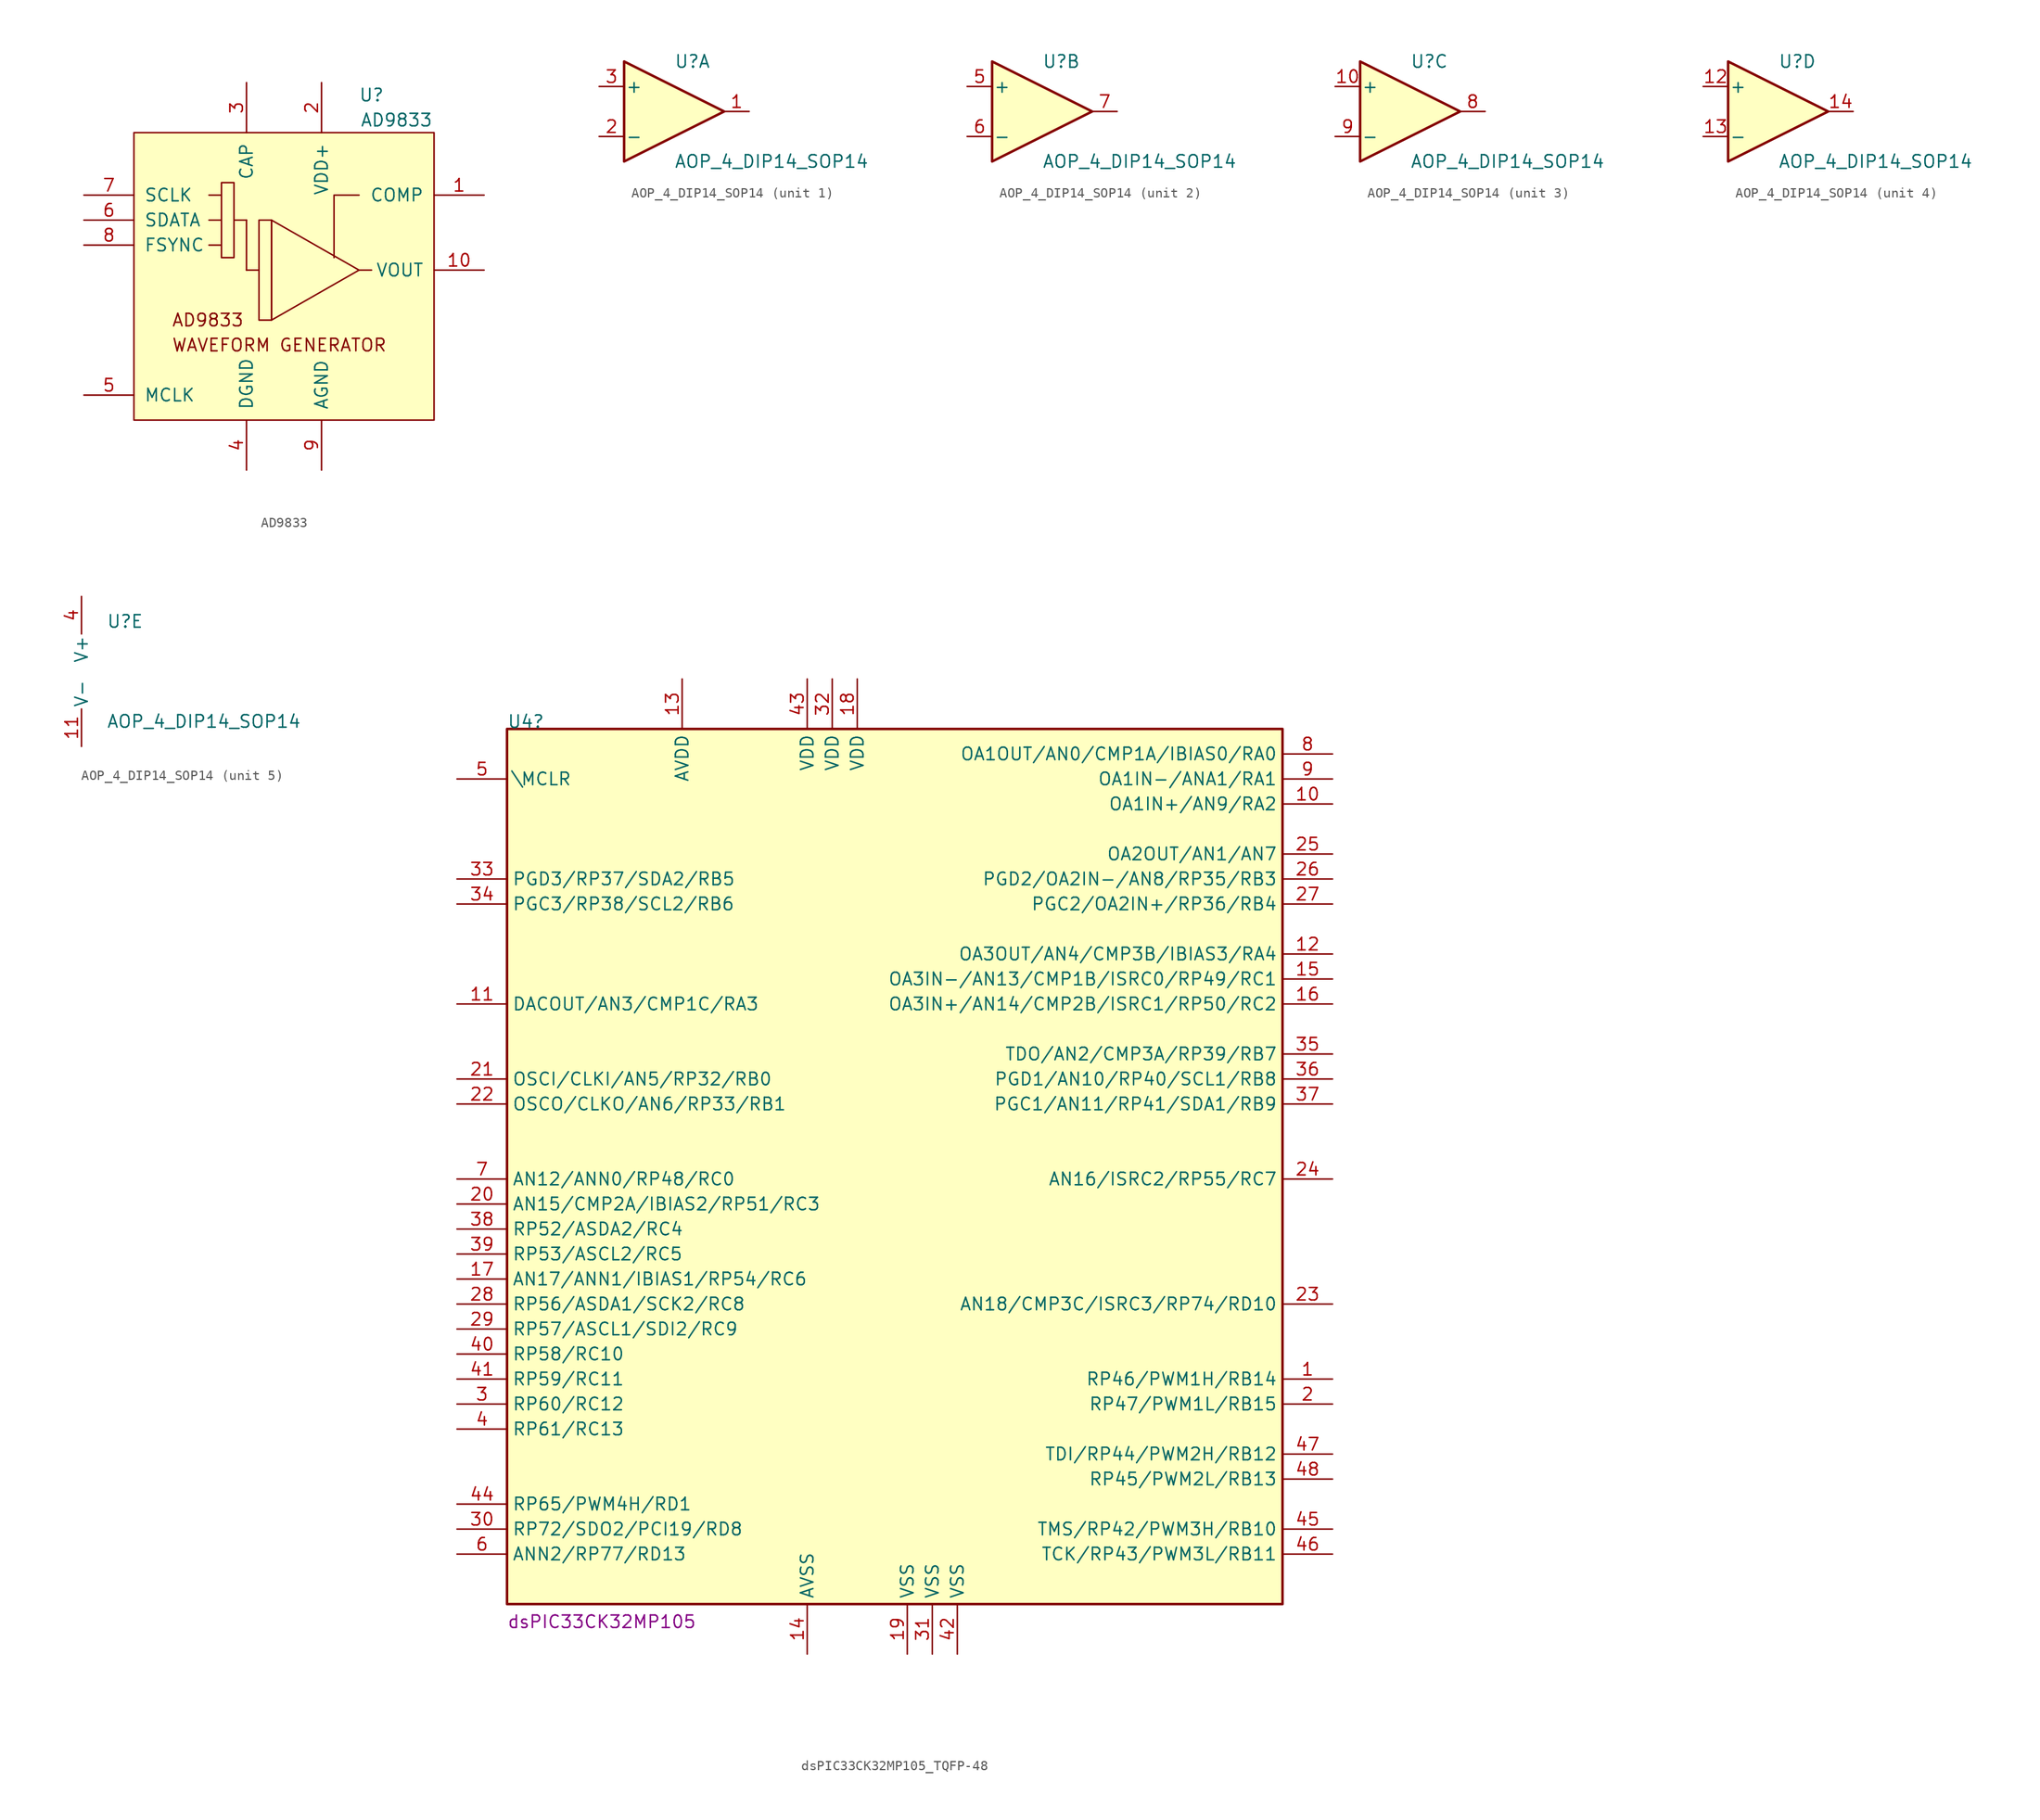
<source format=kicad_sym>
(kicad_symbol_lib
  (version 20241209)
  (generator "kicad_symbol_editor")
  (generator_version "9.0")
  (symbol "AD9833"
    (pin_names
      (offset 1.016))
    (property "Reference" "U"
      (at 8.89 17.78 0)
      (effects (font (size 1.27 1.27))))
    (property "Value" "AD9833"
      (at 11.43 15.24 0)
      (effects (font (size 1.27 1.27))))
    (symbol "AD9833_0_0"
      (text "AD9833" (at -11.43 -5.08 0) (effects (font (size 1.27 1.27)) (justify left)))
      (text "WAVEFORM GENERATOR" (at -11.43 -7.62 0) (effects (font (size 1.27 1.27)) (justify left))))
    (symbol "AD9833_0_1"
      (rectangle (start -15.24 13.97) (end 15.24 -15.24) (stroke (width 0) (type solid)) (fill (type background)))
      (rectangle (start -6.35 8.89) (end -5.08 1.27) (stroke (width 0) (type solid)) (fill (type none)))
      (polyline (pts (xy -6.35 7.62) (xy -7.62 7.62)) (stroke (width 0) (type solid)) (fill (type none)))
      (polyline (pts (xy -6.35 5.08) (xy -7.62 5.08)) (stroke (width 0) (type solid)) (fill (type none)))
      (polyline (pts (xy -6.35 2.54) (xy -7.62 2.54)) (stroke (width 0) (type solid)) (fill (type none)))
      (polyline (pts (xy -5.08 5.08) (xy -3.81 5.08)) (stroke (width 0) (type solid)) (fill (type none)))
      (polyline (pts (xy -3.81 5.08) (xy -3.81 0)) (stroke (width 0) (type solid)) (fill (type none)))
      (polyline (pts (xy -3.81 0) (xy -2.54 0)) (stroke (width 0) (type solid)) (fill (type none)))
      (rectangle (start -1.27 5.08) (end -2.54 -5.08) (stroke (width 0) (type solid)) (fill (type none)))
      (polyline (pts (xy 7.62 7.62) (xy 5.08 7.62) (xy 5.08 1.27)) (stroke (width 0) (type solid)) (fill (type none)))
      (polyline (pts (xy 7.62 0) (xy 8.89 0)) (stroke (width 0) (type solid)) (fill (type none)))
      (polyline (pts (xy 7.62 0) (xy -1.27 5.08) (xy -1.27 -5.08) (xy 7.62 0)) (stroke (width 0) (type solid)) (fill (type none))))
    (symbol "AD9833_1_1"
      (pin input line (at -20.32 7.62 0) (length 5.08) (name "SCLK" (effects (font (size 1.27 1.27)))) (number "7" (effects (font (size 1.27 1.27)))))
      (pin input line (at -20.32 5.08 0) (length 5.08) (name "SDATA" (effects (font (size 1.27 1.27)))) (number "6" (effects (font (size 1.27 1.27)))))
      (pin input line (at -20.32 2.54 0) (length 5.08) (name "FSYNC" (effects (font (size 1.27 1.27)))) (number "8" (effects (font (size 1.27 1.27)))))
      (pin input line (at -20.32 -12.7 0) (length 5.08) (name "MCLK" (effects (font (size 1.27 1.27)))) (number "5" (effects (font (size 1.27 1.27)))))
      (pin bidirectional line (at -3.81 19.05 270) (length 5.08) (name "CAP" (effects (font (size 1.27 1.27)))) (number "3" (effects (font (size 1.27 1.27)))))
      (pin power_in line (at -3.81 -20.32 90) (length 5.08) (name "DGND" (effects (font (size 1.27 1.27)))) (number "4" (effects (font (size 1.27 1.27)))))
      (pin power_in line (at 3.81 19.05 270) (length 5.08) (name "VDD+" (effects (font (size 1.27 1.27)))) (number "2" (effects (font (size 1.27 1.27)))))
      (pin power_in line (at 3.81 -20.32 90) (length 5.08) (name "AGND" (effects (font (size 1.27 1.27)))) (number "9" (effects (font (size 1.27 1.27)))))
      (pin bidirectional line (at 20.32 7.62 180) (length 5.08) (name "COMP" (effects (font (size 1.27 1.27)))) (number "1" (effects (font (size 1.27 1.27)))))
      (pin output line (at 20.32 0 180) (length 5.08) (name "VOUT" (effects (font (size 1.27 1.27)))) (number "10" (effects (font (size 1.27 1.27)))))))
  (symbol "AOP_4_DIP14_SOP14"
    (pin_names
      (offset 0.127))
    (property "Reference" "U"
      (at 0 5.08 0)
      (effects (font (size 1.27 1.27)) (justify left)))
    (property "Value" "AOP_4_DIP14_SOP14"
      (at 0 -5.08 0)
      (effects (font (size 1.27 1.27)) (justify left)))
    (property "ki_locked" ""
      (at 0 0 0)
      (effects (font (size 1.27 1.27))))
    (symbol "AOP_4_DIP14_SOP14_1_1"
      (polyline (pts (xy -5.08 5.08) (xy 5.08 0) (xy -5.08 -5.08) (xy -5.08 5.08)) (stroke (width 0.254) (type default)) (fill (type background)))
      (pin input line (at -7.62 2.54 0) (length 2.54) (name "+" (effects (font (size 1.27 1.27)))) (number "3" (effects (font (size 1.27 1.27)))))
      (pin input line (at -7.62 -2.54 0) (length 2.54) (name "-" (effects (font (size 1.27 1.27)))) (number "2" (effects (font (size 1.27 1.27)))))
      (pin output line (at 7.62 0 180) (length 2.54) (name "~" (effects (font (size 1.27 1.27)))) (number "1" (effects (font (size 1.27 1.27))))))
    (symbol "AOP_4_DIP14_SOP14_2_1"
      (polyline (pts (xy -5.08 5.08) (xy 5.08 0) (xy -5.08 -5.08) (xy -5.08 5.08)) (stroke (width 0.254) (type default)) (fill (type background)))
      (pin input line (at -7.62 2.54 0) (length 2.54) (name "+" (effects (font (size 1.27 1.27)))) (number "5" (effects (font (size 1.27 1.27)))))
      (pin input line (at -7.62 -2.54 0) (length 2.54) (name "-" (effects (font (size 1.27 1.27)))) (number "6" (effects (font (size 1.27 1.27)))))
      (pin output line (at 7.62 0 180) (length 2.54) (name "~" (effects (font (size 1.27 1.27)))) (number "7" (effects (font (size 1.27 1.27))))))
    (symbol "AOP_4_DIP14_SOP14_3_1"
      (polyline (pts (xy -5.08 5.08) (xy 5.08 0) (xy -5.08 -5.08) (xy -5.08 5.08)) (stroke (width 0.254) (type default)) (fill (type background)))
      (pin input line (at -7.62 2.54 0) (length 2.54) (name "+" (effects (font (size 1.27 1.27)))) (number "10" (effects (font (size 1.27 1.27)))))
      (pin input line (at -7.62 -2.54 0) (length 2.54) (name "-" (effects (font (size 1.27 1.27)))) (number "9" (effects (font (size 1.27 1.27)))))
      (pin output line (at 7.62 0 180) (length 2.54) (name "~" (effects (font (size 1.27 1.27)))) (number "8" (effects (font (size 1.27 1.27))))))
    (symbol "AOP_4_DIP14_SOP14_4_1"
      (polyline (pts (xy -5.08 5.08) (xy 5.08 0) (xy -5.08 -5.08) (xy -5.08 5.08)) (stroke (width 0.254) (type default)) (fill (type background)))
      (pin input line (at -7.62 2.54 0) (length 2.54) (name "+" (effects (font (size 1.27 1.27)))) (number "12" (effects (font (size 1.27 1.27)))))
      (pin input line (at -7.62 -2.54 0) (length 2.54) (name "-" (effects (font (size 1.27 1.27)))) (number "13" (effects (font (size 1.27 1.27)))))
      (pin output line (at 7.62 0 180) (length 2.54) (name "~" (effects (font (size 1.27 1.27)))) (number "14" (effects (font (size 1.27 1.27))))))
    (symbol "AOP_4_DIP14_SOP14_5_1"
      (pin power_in line (at -2.54 7.62 270) (length 3.81) (name "V+" (effects (font (size 1.27 1.27)))) (number "4" (effects (font (size 1.27 1.27)))))
      (pin power_in line (at -2.54 -7.62 90) (length 3.81) (name "V-" (effects (font (size 1.27 1.27)))) (number "11" (effects (font (size 1.27 1.27)))))))
  (symbol "dsPIC33CK32MP105_TQFP-48"
    (property "Reference" "U4"
      (at 5.08 0 0)
      (effects (font (size 1.27 1.27)) (justify left bottom)))
    (property "ALTIUM_VALUE" "dsPIC33CK32MP105"
      (at 5.08 -91.44 0)
      (effects (font (size 1.27 1.27)) (justify left bottom)))
    (symbol "dsPIC33CK32MP105_TQFP-48_1_0"
      (rectangle (start 83.82 0) (end 5.08 -88.9) (stroke (width 0.254) (type default)) (fill (type background)))
      (pin input line (at 0 -5.08 0) (length 5.08) (name "\\MCLR" (effects (font (size 1.27 1.27)))) (number "5" (effects (font (size 1.27 1.27)))))
      (pin bidirectional line (at 0 -15.24 0) (length 5.08) (name "PGD3/RP37/SDA2/RB5" (effects (font (size 1.27 1.27)))) (number "33" (effects (font (size 1.27 1.27)))))
      (pin bidirectional line (at 0 -17.78 0) (length 5.08) (name "PGC3/RP38/SCL2/RB6" (effects (font (size 1.27 1.27)))) (number "34" (effects (font (size 1.27 1.27)))))
      (pin bidirectional line (at 0 -27.94 0) (length 5.08) (name "DACOUT/AN3/CMP1C/RA3" (effects (font (size 1.27 1.27)))) (number "11" (effects (font (size 1.27 1.27)))))
      (pin bidirectional line (at 0 -35.56 0) (length 5.08) (name "OSCI/CLKI/AN5/RP32/RB0" (effects (font (size 1.27 1.27)))) (number "21" (effects (font (size 1.27 1.27)))))
      (pin bidirectional line (at 0 -38.1 0) (length 5.08) (name "OSCO/CLKO/AN6/RP33/RB1" (effects (font (size 1.27 1.27)))) (number "22" (effects (font (size 1.27 1.27)))))
      (pin bidirectional line (at 0 -45.72 0) (length 5.08) (name "AN12/ANN0/RP48/RC0" (effects (font (size 1.27 1.27)))) (number "7" (effects (font (size 1.27 1.27)))))
      (pin bidirectional line (at 0 -48.26 0) (length 5.08) (name "AN15/CMP2A/IBIAS2/RP51/RC3" (effects (font (size 1.27 1.27)))) (number "20" (effects (font (size 1.27 1.27)))))
      (pin bidirectional line (at 0 -50.8 0) (length 5.08) (name "RP52/ASDA2/RC4" (effects (font (size 1.27 1.27)))) (number "38" (effects (font (size 1.27 1.27)))))
      (pin bidirectional line (at 0 -53.34 0) (length 5.08) (name "RP53/ASCL2/RC5" (effects (font (size 1.27 1.27)))) (number "39" (effects (font (size 1.27 1.27)))))
      (pin bidirectional line (at 0 -55.88 0) (length 5.08) (name "AN17/ANN1/IBIAS1/RP54/RC6" (effects (font (size 1.27 1.27)))) (number "17" (effects (font (size 1.27 1.27)))))
      (pin bidirectional line (at 0 -58.42 0) (length 5.08) (name "RP56/ASDA1/SCK2/RC8" (effects (font (size 1.27 1.27)))) (number "28" (effects (font (size 1.27 1.27)))))
      (pin bidirectional line (at 0 -60.96 0) (length 5.08) (name "RP57/ASCL1/SDI2/RC9" (effects (font (size 1.27 1.27)))) (number "29" (effects (font (size 1.27 1.27)))))
      (pin bidirectional line (at 0 -63.5 0) (length 5.08) (name "RP58/RC10" (effects (font (size 1.27 1.27)))) (number "40" (effects (font (size 1.27 1.27)))))
      (pin bidirectional line (at 0 -66.04 0) (length 5.08) (name "RP59/RC11" (effects (font (size 1.27 1.27)))) (number "41" (effects (font (size 1.27 1.27)))))
      (pin bidirectional line (at 0 -68.58 0) (length 5.08) (name "RP60/RC12" (effects (font (size 1.27 1.27)))) (number "3" (effects (font (size 1.27 1.27)))))
      (pin bidirectional line (at 0 -71.12 0) (length 5.08) (name "RP61/RC13" (effects (font (size 1.27 1.27)))) (number "4" (effects (font (size 1.27 1.27)))))
      (pin bidirectional line (at 0 -78.74 0) (length 5.08) (name "RP65/PWM4H/RD1" (effects (font (size 1.27 1.27)))) (number "44" (effects (font (size 1.27 1.27)))))
      (pin bidirectional line (at 0 -81.28 0) (length 5.08) (name "RP72/SDO2/PCI19/RD8" (effects (font (size 1.27 1.27)))) (number "30" (effects (font (size 1.27 1.27)))))
      (pin bidirectional line (at 0 -83.82 0) (length 5.08) (name "ANN2/RP77/RD13" (effects (font (size 1.27 1.27)))) (number "6" (effects (font (size 1.27 1.27)))))
      (pin power_in line (at 22.86 5.08 270) (length 5.08) (name "AVDD" (effects (font (size 1.27 1.27)))) (number "13" (effects (font (size 1.27 1.27)))))
      (pin power_in line (at 35.56 5.08 270) (length 5.08) (name "VDD" (effects (font (size 1.27 1.27)))) (number "43" (effects (font (size 1.27 1.27)))))
      (pin power_in line (at 35.56 -93.98 90) (length 5.08) (name "AVSS" (effects (font (size 1.27 1.27)))) (number "14" (effects (font (size 1.27 1.27)))))
      (pin power_in line (at 38.1 5.08 270) (length 5.08) (name "VDD" (effects (font (size 1.27 1.27)))) (number "32" (effects (font (size 1.27 1.27)))))
      (pin power_in line (at 40.64 5.08 270) (length 5.08) (name "VDD" (effects (font (size 1.27 1.27)))) (number "18" (effects (font (size 1.27 1.27)))))
      (pin power_in line (at 45.72 -93.98 90) (length 5.08) (name "VSS" (effects (font (size 1.27 1.27)))) (number "19" (effects (font (size 1.27 1.27)))))
      (pin power_in line (at 48.26 -93.98 90) (length 5.08) (name "VSS" (effects (font (size 1.27 1.27)))) (number "31" (effects (font (size 1.27 1.27)))))
      (pin power_in line (at 50.8 -93.98 90) (length 5.08) (name "VSS" (effects (font (size 1.27 1.27)))) (number "42" (effects (font (size 1.27 1.27)))))
      (pin bidirectional line (at 88.9 -2.54 180) (length 5.08) (name "OA1OUT/AN0/CMP1A/IBIAS0/RA0" (effects (font (size 1.27 1.27)))) (number "8" (effects (font (size 1.27 1.27)))))
      (pin bidirectional line (at 88.9 -5.08 180) (length 5.08) (name "OA1IN-/ANA1/RA1" (effects (font (size 1.27 1.27)))) (number "9" (effects (font (size 1.27 1.27)))))
      (pin bidirectional line (at 88.9 -7.62 180) (length 5.08) (name "OA1IN+/AN9/RA2" (effects (font (size 1.27 1.27)))) (number "10" (effects (font (size 1.27 1.27)))))
      (pin bidirectional line (at 88.9 -12.7 180) (length 5.08) (name "OA2OUT/AN1/AN7" (effects (font (size 1.27 1.27)))) (number "25" (effects (font (size 1.27 1.27)))))
      (pin bidirectional line (at 88.9 -15.24 180) (length 5.08) (name "PGD2/OA2IN-/AN8/RP35/RB3" (effects (font (size 1.27 1.27)))) (number "26" (effects (font (size 1.27 1.27)))))
      (pin bidirectional line (at 88.9 -17.78 180) (length 5.08) (name "PGC2/OA2IN+/RP36/RB4" (effects (font (size 1.27 1.27)))) (number "27" (effects (font (size 1.27 1.27)))))
      (pin bidirectional line (at 88.9 -22.86 180) (length 5.08) (name "OA3OUT/AN4/CMP3B/IBIAS3/RA4" (effects (font (size 1.27 1.27)))) (number "12" (effects (font (size 1.27 1.27)))))
      (pin bidirectional line (at 88.9 -25.4 180) (length 5.08) (name "OA3IN-/AN13/CMP1B/ISRC0/RP49/RC1" (effects (font (size 1.27 1.27)))) (number "15" (effects (font (size 1.27 1.27)))))
      (pin bidirectional line (at 88.9 -27.94 180) (length 5.08) (name "OA3IN+/AN14/CMP2B/ISRC1/RP50/RC2" (effects (font (size 1.27 1.27)))) (number "16" (effects (font (size 1.27 1.27)))))
      (pin bidirectional line (at 88.9 -33.02 180) (length 5.08) (name "TDO/AN2/CMP3A/RP39/RB7" (effects (font (size 1.27 1.27)))) (number "35" (effects (font (size 1.27 1.27)))))
      (pin bidirectional line (at 88.9 -35.56 180) (length 5.08) (name "PGD1/AN10/RP40/SCL1/RB8" (effects (font (size 1.27 1.27)))) (number "36" (effects (font (size 1.27 1.27)))))
      (pin bidirectional line (at 88.9 -38.1 180) (length 5.08) (name "PGC1/AN11/RP41/SDA1/RB9" (effects (font (size 1.27 1.27)))) (number "37" (effects (font (size 1.27 1.27)))))
      (pin bidirectional line (at 88.9 -45.72 180) (length 5.08) (name "AN16/ISRC2/RP55/RC7" (effects (font (size 1.27 1.27)))) (number "24" (effects (font (size 1.27 1.27)))))
      (pin bidirectional line (at 88.9 -58.42 180) (length 5.08) (name "AN18/CMP3C/ISRC3/RP74/RD10" (effects (font (size 1.27 1.27)))) (number "23" (effects (font (size 1.27 1.27)))))
      (pin bidirectional line (at 88.9 -66.04 180) (length 5.08) (name "RP46/PWM1H/RB14" (effects (font (size 1.27 1.27)))) (number "1" (effects (font (size 1.27 1.27)))))
      (pin bidirectional line (at 88.9 -68.58 180) (length 5.08) (name "RP47/PWM1L/RB15" (effects (font (size 1.27 1.27)))) (number "2" (effects (font (size 1.27 1.27)))))
      (pin bidirectional line (at 88.9 -73.66 180) (length 5.08) (name "TDI/RP44/PWM2H/RB12" (effects (font (size 1.27 1.27)))) (number "47" (effects (font (size 1.27 1.27)))))
      (pin bidirectional line (at 88.9 -76.2 180) (length 5.08) (name "RP45/PWM2L/RB13" (effects (font (size 1.27 1.27)))) (number "48" (effects (font (size 1.27 1.27)))))
      (pin bidirectional line (at 88.9 -81.28 180) (length 5.08) (name "TMS/RP42/PWM3H/RB10" (effects (font (size 1.27 1.27)))) (number "45" (effects (font (size 1.27 1.27)))))
      (pin bidirectional line (at 88.9 -83.82 180) (length 5.08) (name "TCK/RP43/PWM3L/RB11" (effects (font (size 1.27 1.27)))) (number "46" (effects (font (size 1.27 1.27))))))))
</source>
